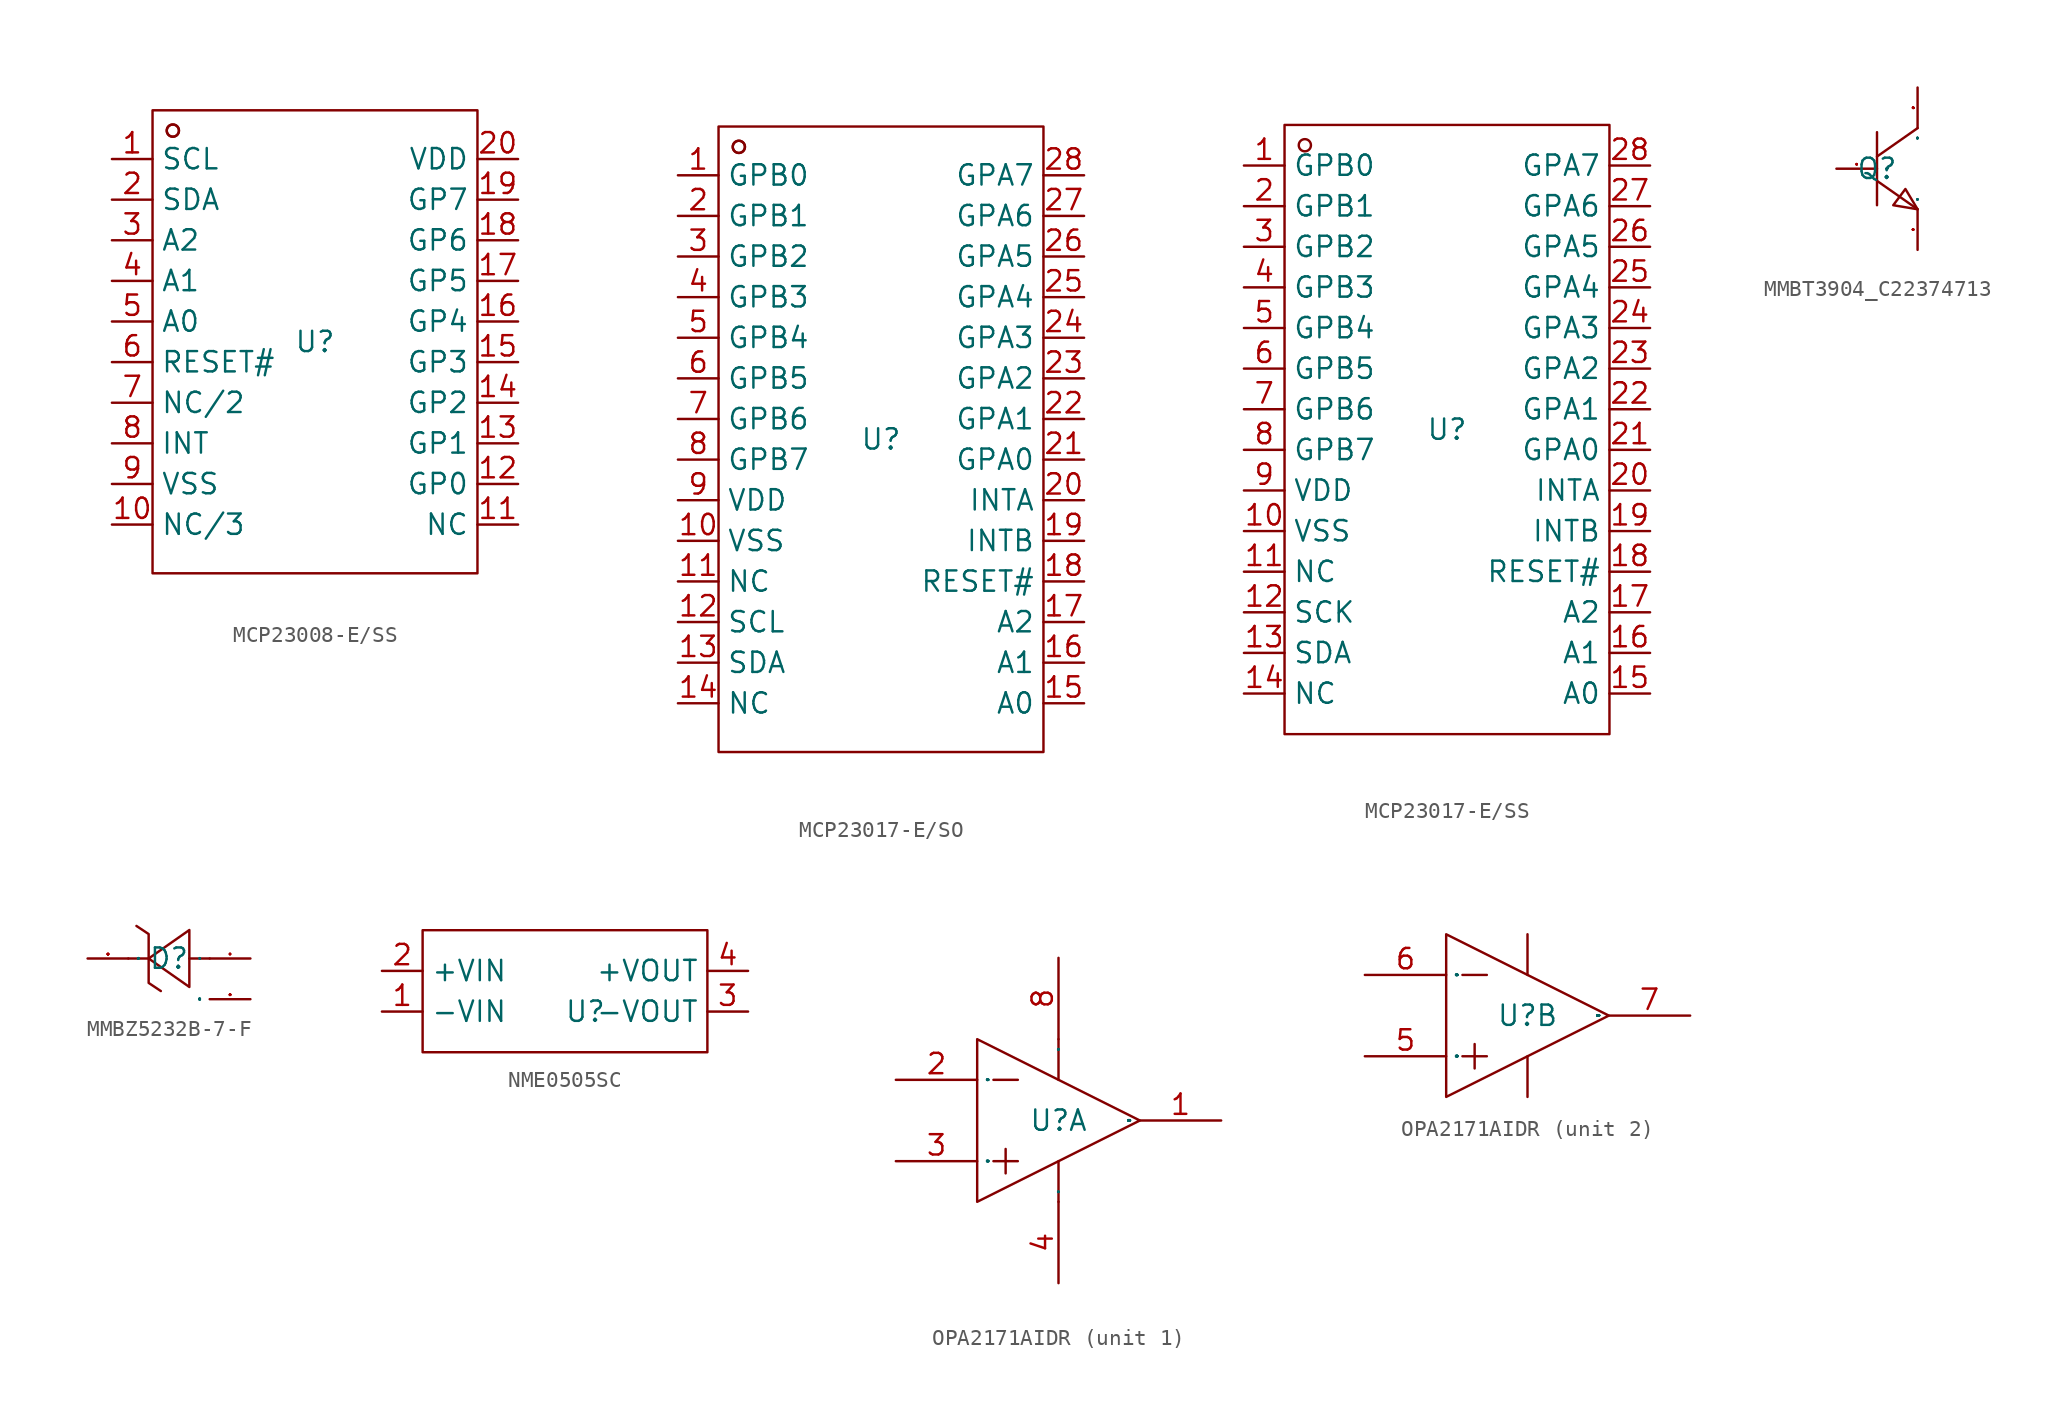
<source format=kicad_sym>
(kicad_symbol_lib
  (version 20241209)
  (generator "kicad_symbol_editor")
  (generator_version "9.0")
  (symbol "MCP23008-E/SS"
    (property "Reference" "U"
      (at 0 0 0)
      (effects (font (size 1.27 1.27))))
    (property "Value" ""
      (at 0 0 0)
      (effects (font (size 1.27 1.27))))
    (symbol "MCP23008-E/SS_1_0"
      (rectangle (start -10.16 -14.478) (end 10.16 14.478) (stroke (width 0) (type default)) (fill (type none)))
      (circle (center -8.89 13.208) (radius 0.381) (stroke (width 0) (type default)) (fill (type none)))
      (circle (center -8.89 13.208) (radius 0.381) (stroke (width 0) (type default)) (fill (type none)))
      (pin unspecified line (at -12.7 11.43 0) (length 2.54) (name "SCL" (effects (font (size 1.27 1.27)))) (number "1" (effects (font (size 1.27 1.27)))))
      (pin unspecified line (at -12.7 8.89 0) (length 2.54) (name "SDA" (effects (font (size 1.27 1.27)))) (number "2" (effects (font (size 1.27 1.27)))))
      (pin unspecified line (at -12.7 6.35 0) (length 2.54) (name "A2" (effects (font (size 1.27 1.27)))) (number "3" (effects (font (size 1.27 1.27)))))
      (pin unspecified line (at -12.7 3.81 0) (length 2.54) (name "A1" (effects (font (size 1.27 1.27)))) (number "4" (effects (font (size 1.27 1.27)))))
      (pin unspecified line (at -12.7 1.27 0) (length 2.54) (name "A0" (effects (font (size 1.27 1.27)))) (number "5" (effects (font (size 1.27 1.27)))))
      (pin unspecified line (at -12.7 -1.27 0) (length 2.54) (name "RESET#" (effects (font (size 1.27 1.27)))) (number "6" (effects (font (size 1.27 1.27)))))
      (pin unspecified line (at -12.7 -3.81 0) (length 2.54) (name "NC/2" (effects (font (size 1.27 1.27)))) (number "7" (effects (font (size 1.27 1.27)))))
      (pin unspecified line (at -12.7 -6.35 0) (length 2.54) (name "INT" (effects (font (size 1.27 1.27)))) (number "8" (effects (font (size 1.27 1.27)))))
      (pin unspecified line (at -12.7 -8.89 0) (length 2.54) (name "VSS" (effects (font (size 1.27 1.27)))) (number "9" (effects (font (size 1.27 1.27)))))
      (pin unspecified line (at -12.7 -11.43 0) (length 2.54) (name "NC/3" (effects (font (size 1.27 1.27)))) (number "10" (effects (font (size 1.27 1.27)))))
      (pin unspecified line (at 12.7 11.43 180) (length 2.54) (name "VDD" (effects (font (size 1.27 1.27)))) (number "20" (effects (font (size 1.27 1.27)))))
      (pin unspecified line (at 12.7 8.89 180) (length 2.54) (name "GP7" (effects (font (size 1.27 1.27)))) (number "19" (effects (font (size 1.27 1.27)))))
      (pin unspecified line (at 12.7 6.35 180) (length 2.54) (name "GP6" (effects (font (size 1.27 1.27)))) (number "18" (effects (font (size 1.27 1.27)))))
      (pin unspecified line (at 12.7 3.81 180) (length 2.54) (name "GP5" (effects (font (size 1.27 1.27)))) (number "17" (effects (font (size 1.27 1.27)))))
      (pin unspecified line (at 12.7 1.27 180) (length 2.54) (name "GP4" (effects (font (size 1.27 1.27)))) (number "16" (effects (font (size 1.27 1.27)))))
      (pin unspecified line (at 12.7 -1.27 180) (length 2.54) (name "GP3" (effects (font (size 1.27 1.27)))) (number "15" (effects (font (size 1.27 1.27)))))
      (pin unspecified line (at 12.7 -3.81 180) (length 2.54) (name "GP2" (effects (font (size 1.27 1.27)))) (number "14" (effects (font (size 1.27 1.27)))))
      (pin unspecified line (at 12.7 -6.35 180) (length 2.54) (name "GP1" (effects (font (size 1.27 1.27)))) (number "13" (effects (font (size 1.27 1.27)))))
      (pin unspecified line (at 12.7 -8.89 180) (length 2.54) (name "GP0" (effects (font (size 1.27 1.27)))) (number "12" (effects (font (size 1.27 1.27)))))
      (pin unspecified line (at 12.7 -11.43 180) (length 2.54) (name "NC" (effects (font (size 1.27 1.27)))) (number "11" (effects (font (size 1.27 1.27)))))))
  (symbol "MCP23017-E/SO"
    (property "Reference" "U"
      (at 0 0 0)
      (effects (font (size 1.27 1.27))))
    (property "Value" ""
      (at 0 0 0)
      (effects (font (size 1.27 1.27))))
    (symbol "MCP23017-E/SO_1_0"
      (rectangle (start -10.16 -19.558) (end 10.16 19.558) (stroke (width 0) (type default)) (fill (type none)))
      (circle (center -8.89 18.288) (radius 0.381) (stroke (width 0) (type default)) (fill (type none)))
      (circle (center -8.89 18.288) (radius 0.381) (stroke (width 0) (type default)) (fill (type none)))
      (pin unspecified line (at -12.7 16.51 0) (length 2.54) (name "GPB0" (effects (font (size 1.27 1.27)))) (number "1" (effects (font (size 1.27 1.27)))))
      (pin unspecified line (at -12.7 13.97 0) (length 2.54) (name "GPB1" (effects (font (size 1.27 1.27)))) (number "2" (effects (font (size 1.27 1.27)))))
      (pin unspecified line (at -12.7 11.43 0) (length 2.54) (name "GPB2" (effects (font (size 1.27 1.27)))) (number "3" (effects (font (size 1.27 1.27)))))
      (pin unspecified line (at -12.7 8.89 0) (length 2.54) (name "GPB3" (effects (font (size 1.27 1.27)))) (number "4" (effects (font (size 1.27 1.27)))))
      (pin unspecified line (at -12.7 6.35 0) (length 2.54) (name "GPB4" (effects (font (size 1.27 1.27)))) (number "5" (effects (font (size 1.27 1.27)))))
      (pin unspecified line (at -12.7 3.81 0) (length 2.54) (name "GPB5" (effects (font (size 1.27 1.27)))) (number "6" (effects (font (size 1.27 1.27)))))
      (pin unspecified line (at -12.7 1.27 0) (length 2.54) (name "GPB6" (effects (font (size 1.27 1.27)))) (number "7" (effects (font (size 1.27 1.27)))))
      (pin unspecified line (at -12.7 -1.27 0) (length 2.54) (name "GPB7" (effects (font (size 1.27 1.27)))) (number "8" (effects (font (size 1.27 1.27)))))
      (pin unspecified line (at -12.7 -3.81 0) (length 2.54) (name "VDD" (effects (font (size 1.27 1.27)))) (number "9" (effects (font (size 1.27 1.27)))))
      (pin unspecified line (at -12.7 -6.35 0) (length 2.54) (name "VSS" (effects (font (size 1.27 1.27)))) (number "10" (effects (font (size 1.27 1.27)))))
      (pin unspecified line (at -12.7 -8.89 0) (length 2.54) (name "NC" (effects (font (size 1.27 1.27)))) (number "11" (effects (font (size 1.27 1.27)))))
      (pin unspecified line (at -12.7 -11.43 0) (length 2.54) (name "SCL" (effects (font (size 1.27 1.27)))) (number "12" (effects (font (size 1.27 1.27)))))
      (pin unspecified line (at -12.7 -13.97 0) (length 2.54) (name "SDA" (effects (font (size 1.27 1.27)))) (number "13" (effects (font (size 1.27 1.27)))))
      (pin unspecified line (at -12.7 -16.51 0) (length 2.54) (name "NC" (effects (font (size 1.27 1.27)))) (number "14" (effects (font (size 1.27 1.27)))))
      (pin unspecified line (at 12.7 16.51 180) (length 2.54) (name "GPA7" (effects (font (size 1.27 1.27)))) (number "28" (effects (font (size 1.27 1.27)))))
      (pin unspecified line (at 12.7 13.97 180) (length 2.54) (name "GPA6" (effects (font (size 1.27 1.27)))) (number "27" (effects (font (size 1.27 1.27)))))
      (pin unspecified line (at 12.7 11.43 180) (length 2.54) (name "GPA5" (effects (font (size 1.27 1.27)))) (number "26" (effects (font (size 1.27 1.27)))))
      (pin unspecified line (at 12.7 8.89 180) (length 2.54) (name "GPA4" (effects (font (size 1.27 1.27)))) (number "25" (effects (font (size 1.27 1.27)))))
      (pin unspecified line (at 12.7 6.35 180) (length 2.54) (name "GPA3" (effects (font (size 1.27 1.27)))) (number "24" (effects (font (size 1.27 1.27)))))
      (pin unspecified line (at 12.7 3.81 180) (length 2.54) (name "GPA2" (effects (font (size 1.27 1.27)))) (number "23" (effects (font (size 1.27 1.27)))))
      (pin unspecified line (at 12.7 1.27 180) (length 2.54) (name "GPA1" (effects (font (size 1.27 1.27)))) (number "22" (effects (font (size 1.27 1.27)))))
      (pin unspecified line (at 12.7 -1.27 180) (length 2.54) (name "GPA0" (effects (font (size 1.27 1.27)))) (number "21" (effects (font (size 1.27 1.27)))))
      (pin unspecified line (at 12.7 -3.81 180) (length 2.54) (name "INTA" (effects (font (size 1.27 1.27)))) (number "20" (effects (font (size 1.27 1.27)))))
      (pin unspecified line (at 12.7 -6.35 180) (length 2.54) (name "INTB" (effects (font (size 1.27 1.27)))) (number "19" (effects (font (size 1.27 1.27)))))
      (pin unspecified line (at 12.7 -8.89 180) (length 2.54) (name "RESET#" (effects (font (size 1.27 1.27)))) (number "18" (effects (font (size 1.27 1.27)))))
      (pin unspecified line (at 12.7 -11.43 180) (length 2.54) (name "A2" (effects (font (size 1.27 1.27)))) (number "17" (effects (font (size 1.27 1.27)))))
      (pin unspecified line (at 12.7 -13.97 180) (length 2.54) (name "A1" (effects (font (size 1.27 1.27)))) (number "16" (effects (font (size 1.27 1.27)))))
      (pin unspecified line (at 12.7 -16.51 180) (length 2.54) (name "A0" (effects (font (size 1.27 1.27)))) (number "15" (effects (font (size 1.27 1.27)))))))
  (symbol "MCP23017-E/SS"
    (property "Reference" "U"
      (at 0 0 0)
      (effects (font (size 1.27 1.27))))
    (property "Value" ""
      (at 0 0 0)
      (effects (font (size 1.27 1.27))))
    (symbol "MCP23017-E/SS_1_0"
      (rectangle (start -10.16 -19.05) (end 10.16 19.05) (stroke (width 0) (type default)) (fill (type none)))
      (circle (center -8.89 17.78) (radius 0.381) (stroke (width 0) (type default)) (fill (type none)))
      (pin unspecified line (at -12.7 16.51 0) (length 2.54) (name "GPB0" (effects (font (size 1.27 1.27)))) (number "1" (effects (font (size 1.27 1.27)))))
      (pin unspecified line (at -12.7 13.97 0) (length 2.54) (name "GPB1" (effects (font (size 1.27 1.27)))) (number "2" (effects (font (size 1.27 1.27)))))
      (pin unspecified line (at -12.7 11.43 0) (length 2.54) (name "GPB2" (effects (font (size 1.27 1.27)))) (number "3" (effects (font (size 1.27 1.27)))))
      (pin unspecified line (at -12.7 8.89 0) (length 2.54) (name "GPB3" (effects (font (size 1.27 1.27)))) (number "4" (effects (font (size 1.27 1.27)))))
      (pin unspecified line (at -12.7 6.35 0) (length 2.54) (name "GPB4" (effects (font (size 1.27 1.27)))) (number "5" (effects (font (size 1.27 1.27)))))
      (pin unspecified line (at -12.7 3.81 0) (length 2.54) (name "GPB5" (effects (font (size 1.27 1.27)))) (number "6" (effects (font (size 1.27 1.27)))))
      (pin unspecified line (at -12.7 1.27 0) (length 2.54) (name "GPB6" (effects (font (size 1.27 1.27)))) (number "7" (effects (font (size 1.27 1.27)))))
      (pin unspecified line (at -12.7 -1.27 0) (length 2.54) (name "GPB7" (effects (font (size 1.27 1.27)))) (number "8" (effects (font (size 1.27 1.27)))))
      (pin unspecified line (at -12.7 -3.81 0) (length 2.54) (name "VDD" (effects (font (size 1.27 1.27)))) (number "9" (effects (font (size 1.27 1.27)))))
      (pin unspecified line (at -12.7 -6.35 0) (length 2.54) (name "VSS" (effects (font (size 1.27 1.27)))) (number "10" (effects (font (size 1.27 1.27)))))
      (pin unspecified line (at -12.7 -8.89 0) (length 2.54) (name "NC" (effects (font (size 1.27 1.27)))) (number "11" (effects (font (size 1.27 1.27)))))
      (pin unspecified line (at -12.7 -11.43 0) (length 2.54) (name "SCK" (effects (font (size 1.27 1.27)))) (number "12" (effects (font (size 1.27 1.27)))))
      (pin unspecified line (at -12.7 -13.97 0) (length 2.54) (name "SDA" (effects (font (size 1.27 1.27)))) (number "13" (effects (font (size 1.27 1.27)))))
      (pin unspecified line (at -12.7 -16.51 0) (length 2.54) (name "NC" (effects (font (size 1.27 1.27)))) (number "14" (effects (font (size 1.27 1.27)))))
      (pin unspecified line (at 12.7 16.51 180) (length 2.54) (name "GPA7" (effects (font (size 1.27 1.27)))) (number "28" (effects (font (size 1.27 1.27)))))
      (pin unspecified line (at 12.7 13.97 180) (length 2.54) (name "GPA6" (effects (font (size 1.27 1.27)))) (number "27" (effects (font (size 1.27 1.27)))))
      (pin unspecified line (at 12.7 11.43 180) (length 2.54) (name "GPA5" (effects (font (size 1.27 1.27)))) (number "26" (effects (font (size 1.27 1.27)))))
      (pin unspecified line (at 12.7 8.89 180) (length 2.54) (name "GPA4" (effects (font (size 1.27 1.27)))) (number "25" (effects (font (size 1.27 1.27)))))
      (pin unspecified line (at 12.7 6.35 180) (length 2.54) (name "GPA3" (effects (font (size 1.27 1.27)))) (number "24" (effects (font (size 1.27 1.27)))))
      (pin unspecified line (at 12.7 3.81 180) (length 2.54) (name "GPA2" (effects (font (size 1.27 1.27)))) (number "23" (effects (font (size 1.27 1.27)))))
      (pin unspecified line (at 12.7 1.27 180) (length 2.54) (name "GPA1" (effects (font (size 1.27 1.27)))) (number "22" (effects (font (size 1.27 1.27)))))
      (pin unspecified line (at 12.7 -1.27 180) (length 2.54) (name "GPA0" (effects (font (size 1.27 1.27)))) (number "21" (effects (font (size 1.27 1.27)))))
      (pin unspecified line (at 12.7 -3.81 180) (length 2.54) (name "INTA" (effects (font (size 1.27 1.27)))) (number "20" (effects (font (size 1.27 1.27)))))
      (pin unspecified line (at 12.7 -6.35 180) (length 2.54) (name "INTB" (effects (font (size 1.27 1.27)))) (number "19" (effects (font (size 1.27 1.27)))))
      (pin unspecified line (at 12.7 -8.89 180) (length 2.54) (name "RESET#" (effects (font (size 1.27 1.27)))) (number "18" (effects (font (size 1.27 1.27)))))
      (pin unspecified line (at 12.7 -11.43 180) (length 2.54) (name "A2" (effects (font (size 1.27 1.27)))) (number "17" (effects (font (size 1.27 1.27)))))
      (pin unspecified line (at 12.7 -13.97 180) (length 2.54) (name "A1" (effects (font (size 1.27 1.27)))) (number "16" (effects (font (size 1.27 1.27)))))
      (pin unspecified line (at 12.7 -16.51 180) (length 2.54) (name "A0" (effects (font (size 1.27 1.27)))) (number "15" (effects (font (size 1.27 1.27)))))))
  (symbol "MMBT3904_C22374713"
    (property "Reference" "Q"
      (at 0 0 0)
      (effects (font (size 1.27 1.27))))
    (property "Value" ""
      (at 0 0 0)
      (effects (font (size 1.27 1.27))))
    (symbol "MMBT3904_C22374713_1_0"
      (polyline (pts (xy 0 2.286) (xy 0 -2.286)) (stroke (width 0) (type default)) (fill (type none)))
      (polyline (pts (xy 0 -0.762) (xy 2.54 -2.54)) (stroke (width 0) (type default)) (fill (type none)))
      (polyline (pts (xy 2.54 2.54) (xy 0 0.762)) (stroke (width 0) (type default)) (fill (type none)))
      (polyline (pts (xy 2.54 -2.54) (xy 1.778 -1.27) (xy 1.778 -1.27) (xy 1.016 -2.286) (xy 1.016 -2.286) (xy 2.54 -2.54)) (stroke (width 0) (type default)) (fill (type none)))
      (pin unspecified line (at -2.54 0 0) (length 2.54) (name "B" (effects (font (size 0.025 0.025)))) (number "1" (effects (font (size 0.025 0.025)))))
      (pin unspecified line (at 2.54 5.08 270) (length 2.54) (name "C" (effects (font (size 0.025 0.025)))) (number "3" (effects (font (size 0.025 0.025)))))
      (pin unspecified line (at 2.54 -5.08 90) (length 2.54) (name "E" (effects (font (size 0.025 0.025)))) (number "2" (effects (font (size 0.025 0.025)))))))
  (symbol "MMBZ5232B-7-F"
    (property "Reference" "D"
      (at 0 0 0)
      (effects (font (size 1.27 1.27))))
    (property "Value" ""
      (at 0 0 0)
      (effects (font (size 1.27 1.27))))
    (symbol "MMBZ5232B-7-F_1_0"
      (polyline (pts (xy -2.032 2.032) (xy -1.27 1.524) (xy -1.27 1.524) (xy -1.27 -1.524) (xy -1.27 -1.524) (xy -0.508 -2.032)) (stroke (width 0) (type default)) (fill (type none)))
      (polyline (pts (xy -1.27 0) (xy -2.54 0)) (stroke (width 0) (type default)) (fill (type none)))
      (polyline (pts (xy 1.27 1.778) (xy -1.27 0) (xy -1.27 0) (xy 1.27 -1.778) (xy 1.27 -1.778) (xy 1.27 1.778)) (stroke (width 0) (type default)) (fill (type none)))
      (polyline (pts (xy 2.54 0) (xy 1.27 0)) (stroke (width 0) (type default)) (fill (type none)))
      (pin unspecified line (at -5.08 0 0) (length 2.54) (name "C" (effects (font (size 0.025 0.025)))) (number "3" (effects (font (size 0.025 0.025)))))
      (pin unspecified line (at 5.08 0 180) (length 2.54) (name "A" (effects (font (size 0.025 0.025)))) (number "1" (effects (font (size 0.025 0.025)))))
      (pin unspecified line (at 5.08 -2.54 180) (length 2.54) (name "NC" (effects (font (size 0.025 0.025)))) (number "2" (effects (font (size 0.025 0.025)))))))
  (symbol "NME0505SC"
    (property "Reference" "U"
      (at 0 0 0)
      (effects (font (size 1.27 1.27))))
    (symbol "NME0505SC_1_0"
      (rectangle (start -10.16 -2.54) (end 7.62 5.08) (stroke (width 0) (type default)) (fill (type none)))
      (pin unspecified line (at -12.7 2.54 0) (length 2.54) (name "+VIN" (effects (font (size 1.27 1.27)))) (number "2" (effects (font (size 1.27 1.27)))))
      (pin unspecified line (at -12.7 0 0) (length 2.54) (name "-VIN" (effects (font (size 1.27 1.27)))) (number "1" (effects (font (size 1.27 1.27)))))
      (pin unspecified line (at 10.16 2.54 180) (length 2.54) (name "+VOUT" (effects (font (size 1.27 1.27)))) (number "4" (effects (font (size 1.27 1.27)))))
      (pin unspecified line (at 10.16 0 180) (length 2.54) (name "-VOUT" (effects (font (size 1.27 1.27)))) (number "3" (effects (font (size 1.27 1.27)))))))
  (symbol "OPA2171AIDR"
    (property "Reference" "U"
      (at 0 0 0)
      (effects (font (size 1.27 1.27))))
    (property "Value" ""
      (at 0 0 0)
      (effects (font (size 1.27 1.27))))
    (symbol "OPA2171AIDR_1_0"
      (polyline (pts (xy -5.08 -5.08) (xy 5.08 0) (xy 5.08 0) (xy -5.08 5.08) (xy -5.08 5.08) (xy -5.08 -5.08)) (stroke (width 0) (type default)) (fill (type none)))
      (polyline (pts (xy -4.064 2.54) (xy -2.54 2.54)) (stroke (width 0) (type default)) (fill (type none)))
      (polyline (pts (xy -4.064 -2.54) (xy -2.54 -2.54)) (stroke (width 0) (type default)) (fill (type none)))
      (polyline (pts (xy -3.302 -1.778) (xy -3.302 -3.302)) (stroke (width 0) (type default)) (fill (type none)))
      (polyline (pts (xy 0 5.08) (xy 0 2.54)) (stroke (width 0) (type default)) (fill (type none)))
      (polyline (pts (xy 0 -2.54) (xy 0 -5.08)) (stroke (width 0) (type default)) (fill (type none)))
      (pin unspecified line (at -10.16 2.54 0) (length 5.08) (name "IN_A-" (effects (font (size 0.025 0.025)))) (number "2" (effects (font (size 1.27 1.27)))))
      (pin unspecified line (at -10.16 -2.54 0) (length 5.08) (name "IN_A+" (effects (font (size 0.025 0.025)))) (number "3" (effects (font (size 1.27 1.27)))))
      (pin unspecified line (at 0 10.16 270) (length 5.08) (name "V+" (effects (font (size 0.025 0.025)))) (number "8" (effects (font (size 1.27 1.27)))))
      (pin unspecified line (at 0 -10.16 90) (length 5.08) (name "V-" (effects (font (size 0.025 0.025)))) (number "4" (effects (font (size 1.27 1.27)))))
      (pin output line (at 10.16 0 180) (length 5.08) (name "OUT_A" (effects (font (size 0.025 0.025)))) (number "1" (effects (font (size 1.27 1.27))))))
    (symbol "OPA2171AIDR_2_0"
      (polyline (pts (xy -5.08 -5.08) (xy 5.08 0) (xy 5.08 0) (xy -5.08 5.08) (xy -5.08 5.08) (xy -5.08 -5.08)) (stroke (width 0) (type default)) (fill (type none)))
      (polyline (pts (xy -4.064 2.54) (xy -2.54 2.54)) (stroke (width 0) (type default)) (fill (type none)))
      (polyline (pts (xy -4.064 -2.54) (xy -2.54 -2.54)) (stroke (width 0) (type default)) (fill (type none)))
      (polyline (pts (xy -3.302 -1.778) (xy -3.302 -3.302)) (stroke (width 0) (type default)) (fill (type none)))
      (polyline (pts (xy 0 5.08) (xy 0 2.54)) (stroke (width 0) (type default)) (fill (type none)))
      (polyline (pts (xy 0 -2.54) (xy 0 -5.08)) (stroke (width 0) (type default)) (fill (type none)))
      (pin unspecified line (at -10.16 2.54 0) (length 5.08) (name "IN_B-" (effects (font (size 0.025 0.025)))) (number "6" (effects (font (size 1.27 1.27)))))
      (pin unspecified line (at -10.16 -2.54 0) (length 5.08) (name "IN_B+" (effects (font (size 0.025 0.025)))) (number "5" (effects (font (size 1.27 1.27)))))
      (pin output line (at 10.16 0 180) (length 5.08) (name "OUT_B" (effects (font (size 0.025 0.025)))) (number "7" (effects (font (size 1.27 1.27))))))))
</source>
